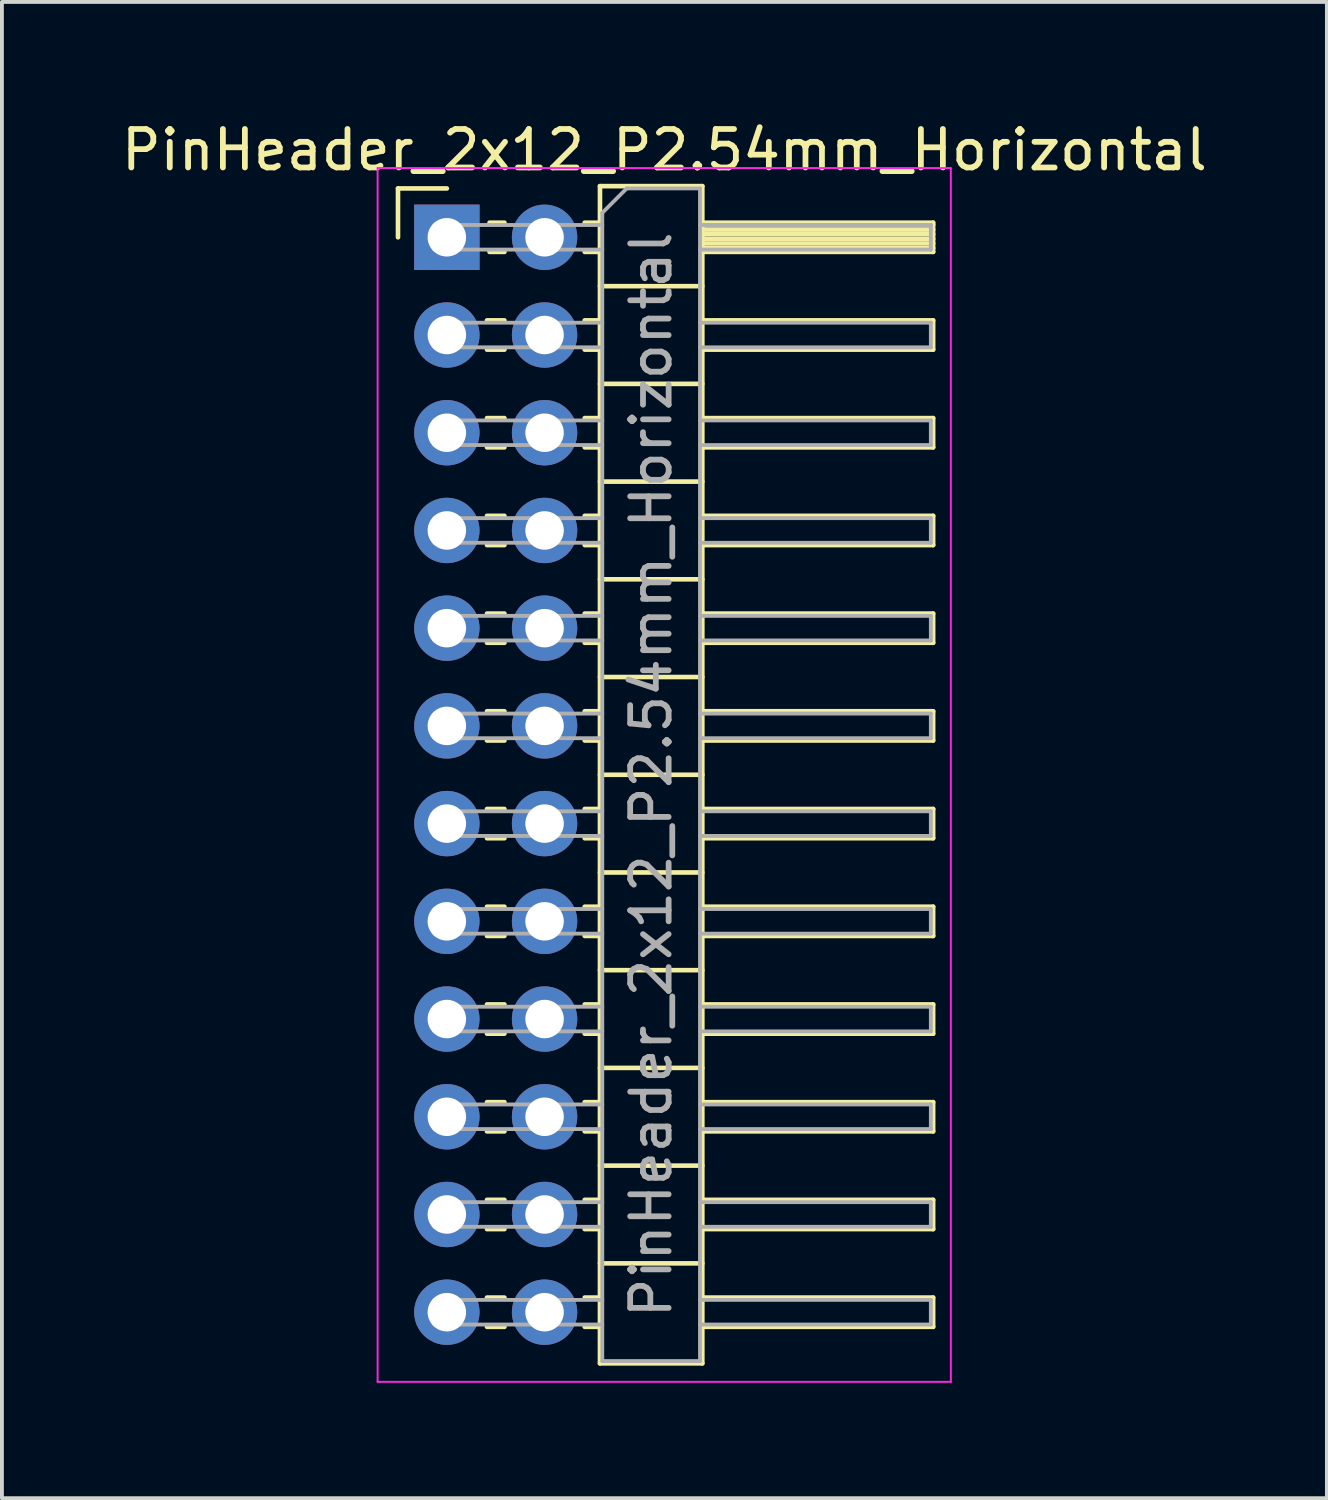
<source format=kicad_pcb>
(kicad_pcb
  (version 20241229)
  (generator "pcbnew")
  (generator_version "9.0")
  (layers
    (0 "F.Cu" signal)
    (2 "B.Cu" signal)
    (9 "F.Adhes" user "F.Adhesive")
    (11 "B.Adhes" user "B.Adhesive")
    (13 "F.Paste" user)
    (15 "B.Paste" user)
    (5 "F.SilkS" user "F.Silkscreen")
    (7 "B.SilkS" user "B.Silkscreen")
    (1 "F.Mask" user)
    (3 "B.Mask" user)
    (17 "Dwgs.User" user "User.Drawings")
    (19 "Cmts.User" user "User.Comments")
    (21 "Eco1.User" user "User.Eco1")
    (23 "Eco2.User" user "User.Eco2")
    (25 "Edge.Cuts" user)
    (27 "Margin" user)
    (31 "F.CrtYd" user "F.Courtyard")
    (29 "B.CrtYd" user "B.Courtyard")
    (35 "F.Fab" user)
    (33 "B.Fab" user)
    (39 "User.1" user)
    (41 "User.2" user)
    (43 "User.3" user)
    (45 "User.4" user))
  (footprint "PinHeader_2x12_P2.54mm_Horizontal"
    (layer "F.Cu")
    (at 8.565 3.118)
    (property "Reference" "PinHeader_2x12_P2.54mm_Horizontal" (at 5.655 -2.27 0) (layer "F.SilkS") (effects (font (size 1 1) (thickness 0.15))))
    (attr through_hole)
    (fp_line (start -1.27 -1.27) (end 0 -1.27) (stroke (width 0.12) (type solid)) (layer "F.SilkS"))
    (fp_line (start -1.27 0) (end -1.27 -1.27) (stroke (width 0.12) (type solid)) (layer "F.SilkS"))
    (fp_line (start 1.043 2.16) (end 1.497 2.16) (stroke (width 0.12) (type solid)) (layer "F.SilkS"))
    (fp_line (start 1.043 2.92) (end 1.497 2.92) (stroke (width 0.12) (type solid)) (layer "F.SilkS"))
    (fp_line (start 1.043 4.7) (end 1.497 4.7) (stroke (width 0.12) (type solid)) (layer "F.SilkS"))
    (fp_line (start 1.043 5.46) (end 1.497 5.46) (stroke (width 0.12) (type solid)) (layer "F.SilkS"))
    (fp_line (start 1.043 7.24) (end 1.497 7.24) (stroke (width 0.12) (type solid)) (layer "F.SilkS"))
    (fp_line (start 1.043 8) (end 1.497 8) (stroke (width 0.12) (type solid)) (layer "F.SilkS"))
    (fp_line (start 1.043 9.78) (end 1.497 9.78) (stroke (width 0.12) (type solid)) (layer "F.SilkS"))
    (fp_line (start 1.043 10.54) (end 1.497 10.54) (stroke (width 0.12) (type solid)) (layer "F.SilkS"))
    (fp_line (start 1.043 12.32) (end 1.497 12.32) (stroke (width 0.12) (type solid)) (layer "F.SilkS"))
    (fp_line (start 1.043 13.08) (end 1.497 13.08) (stroke (width 0.12) (type solid)) (layer "F.SilkS"))
    (fp_line (start 1.043 14.86) (end 1.497 14.86) (stroke (width 0.12) (type solid)) (layer "F.SilkS"))
    (fp_line (start 1.043 15.62) (end 1.497 15.62) (stroke (width 0.12) (type solid)) (layer "F.SilkS"))
    (fp_line (start 1.043 17.4) (end 1.497 17.4) (stroke (width 0.12) (type solid)) (layer "F.SilkS"))
    (fp_line (start 1.043 18.16) (end 1.497 18.16) (stroke (width 0.12) (type solid)) (layer "F.SilkS"))
    (fp_line (start 1.043 19.94) (end 1.497 19.94) (stroke (width 0.12) (type solid)) (layer "F.SilkS"))
    (fp_line (start 1.043 20.7) (end 1.497 20.7) (stroke (width 0.12) (type solid)) (layer "F.SilkS"))
    (fp_line (start 1.043 22.48) (end 1.497 22.48) (stroke (width 0.12) (type solid)) (layer "F.SilkS"))
    (fp_line (start 1.043 23.24) (end 1.497 23.24) (stroke (width 0.12) (type solid)) (layer "F.SilkS"))
    (fp_line (start 1.043 25.02) (end 1.497 25.02) (stroke (width 0.12) (type solid)) (layer "F.SilkS"))
    (fp_line (start 1.043 25.78) (end 1.497 25.78) (stroke (width 0.12) (type solid)) (layer "F.SilkS"))
    (fp_line (start 1.043 27.56) (end 1.497 27.56) (stroke (width 0.12) (type solid)) (layer "F.SilkS"))
    (fp_line (start 1.043 28.32) (end 1.497 28.32) (stroke (width 0.12) (type solid)) (layer "F.SilkS"))
    (fp_line (start 1.11 -0.38) (end 1.497 -0.38) (stroke (width 0.12) (type solid)) (layer "F.SilkS"))
    (fp_line (start 1.11 0.38) (end 1.497 0.38) (stroke (width 0.12) (type solid)) (layer "F.SilkS"))
    (fp_line (start 3.583 -0.38) (end 3.98 -0.38) (stroke (width 0.12) (type solid)) (layer "F.SilkS"))
    (fp_line (start 3.583 0.38) (end 3.98 0.38) (stroke (width 0.12) (type solid)) (layer "F.SilkS"))
    (fp_line (start 3.583 2.16) (end 3.98 2.16) (stroke (width 0.12) (type solid)) (layer "F.SilkS"))
    (fp_line (start 3.583 2.92) (end 3.98 2.92) (stroke (width 0.12) (type solid)) (layer "F.SilkS"))
    (fp_line (start 3.583 4.7) (end 3.98 4.7) (stroke (width 0.12) (type solid)) (layer "F.SilkS"))
    (fp_line (start 3.583 5.46) (end 3.98 5.46) (stroke (width 0.12) (type solid)) (layer "F.SilkS"))
    (fp_line (start 3.583 7.24) (end 3.98 7.24) (stroke (width 0.12) (type solid)) (layer "F.SilkS"))
    (fp_line (start 3.583 8) (end 3.98 8) (stroke (width 0.12) (type solid)) (layer "F.SilkS"))
    (fp_line (start 3.583 9.78) (end 3.98 9.78) (stroke (width 0.12) (type solid)) (layer "F.SilkS"))
    (fp_line (start 3.583 10.54) (end 3.98 10.54) (stroke (width 0.12) (type solid)) (layer "F.SilkS"))
    (fp_line (start 3.583 12.32) (end 3.98 12.32) (stroke (width 0.12) (type solid)) (layer "F.SilkS"))
    (fp_line (start 3.583 13.08) (end 3.98 13.08) (stroke (width 0.12) (type solid)) (layer "F.SilkS"))
    (fp_line (start 3.583 14.86) (end 3.98 14.86) (stroke (width 0.12) (type solid)) (layer "F.SilkS"))
    (fp_line (start 3.583 15.62) (end 3.98 15.62) (stroke (width 0.12) (type solid)) (layer "F.SilkS"))
    (fp_line (start 3.583 17.4) (end 3.98 17.4) (stroke (width 0.12) (type solid)) (layer "F.SilkS"))
    (fp_line (start 3.583 18.16) (end 3.98 18.16) (stroke (width 0.12) (type solid)) (layer "F.SilkS"))
    (fp_line (start 3.583 19.94) (end 3.98 19.94) (stroke (width 0.12) (type solid)) (layer "F.SilkS"))
    (fp_line (start 3.583 20.7) (end 3.98 20.7) (stroke (width 0.12) (type solid)) (layer "F.SilkS"))
    (fp_line (start 3.583 22.48) (end 3.98 22.48) (stroke (width 0.12) (type solid)) (layer "F.SilkS"))
    (fp_line (start 3.583 23.24) (end 3.98 23.24) (stroke (width 0.12) (type solid)) (layer "F.SilkS"))
    (fp_line (start 3.583 25.02) (end 3.98 25.02) (stroke (width 0.12) (type solid)) (layer "F.SilkS"))
    (fp_line (start 3.583 25.78) (end 3.98 25.78) (stroke (width 0.12) (type solid)) (layer "F.SilkS"))
    (fp_line (start 3.583 27.56) (end 3.98 27.56) (stroke (width 0.12) (type solid)) (layer "F.SilkS"))
    (fp_line (start 3.583 28.32) (end 3.98 28.32) (stroke (width 0.12) (type solid)) (layer "F.SilkS"))
    (fp_line (start 3.98 -1.33) (end 3.98 29.27) (stroke (width 0.12) (type solid)) (layer "F.SilkS"))
    (fp_line (start 3.98 1.27) (end 6.64 1.27) (stroke (width 0.12) (type solid)) (layer "F.SilkS"))
    (fp_line (start 3.98 3.81) (end 6.64 3.81) (stroke (width 0.12) (type solid)) (layer "F.SilkS"))
    (fp_line (start 3.98 6.35) (end 6.64 6.35) (stroke (width 0.12) (type solid)) (layer "F.SilkS"))
    (fp_line (start 3.98 8.89) (end 6.64 8.89) (stroke (width 0.12) (type solid)) (layer "F.SilkS"))
    (fp_line (start 3.98 11.43) (end 6.64 11.43) (stroke (width 0.12) (type solid)) (layer "F.SilkS"))
    (fp_line (start 3.98 13.97) (end 6.64 13.97) (stroke (width 0.12) (type solid)) (layer "F.SilkS"))
    (fp_line (start 3.98 16.51) (end 6.64 16.51) (stroke (width 0.12) (type solid)) (layer "F.SilkS"))
    (fp_line (start 3.98 19.05) (end 6.64 19.05) (stroke (width 0.12) (type solid)) (layer "F.SilkS"))
    (fp_line (start 3.98 21.59) (end 6.64 21.59) (stroke (width 0.12) (type solid)) (layer "F.SilkS"))
    (fp_line (start 3.98 24.13) (end 6.64 24.13) (stroke (width 0.12) (type solid)) (layer "F.SilkS"))
    (fp_line (start 3.98 26.67) (end 6.64 26.67) (stroke (width 0.12) (type solid)) (layer "F.SilkS"))
    (fp_line (start 3.98 29.27) (end 6.64 29.27) (stroke (width 0.12) (type solid)) (layer "F.SilkS"))
    (fp_line (start 6.64 -1.33) (end 3.98 -1.33) (stroke (width 0.12) (type solid)) (layer "F.SilkS"))
    (fp_line (start 6.64 -0.38) (end 12.64 -0.38) (stroke (width 0.12) (type solid)) (layer "F.SilkS"))
    (fp_line (start 6.64 -0.32) (end 12.64 -0.32) (stroke (width 0.12) (type solid)) (layer "F.SilkS"))
    (fp_line (start 6.64 -0.2) (end 12.64 -0.2) (stroke (width 0.12) (type solid)) (layer "F.SilkS"))
    (fp_line (start 6.64 -0.08) (end 12.64 -0.08) (stroke (width 0.12) (type solid)) (layer "F.SilkS"))
    (fp_line (start 6.64 0.04) (end 12.64 0.04) (stroke (width 0.12) (type solid)) (layer "F.SilkS"))
    (fp_line (start 6.64 0.16) (end 12.64 0.16) (stroke (width 0.12) (type solid)) (layer "F.SilkS"))
    (fp_line (start 6.64 0.28) (end 12.64 0.28) (stroke (width 0.12) (type solid)) (layer "F.SilkS"))
    (fp_line (start 6.64 2.16) (end 12.64 2.16) (stroke (width 0.12) (type solid)) (layer "F.SilkS"))
    (fp_line (start 6.64 4.7) (end 12.64 4.7) (stroke (width 0.12) (type solid)) (layer "F.SilkS"))
    (fp_line (start 6.64 7.24) (end 12.64 7.24) (stroke (width 0.12) (type solid)) (layer "F.SilkS"))
    (fp_line (start 6.64 9.78) (end 12.64 9.78) (stroke (width 0.12) (type solid)) (layer "F.SilkS"))
    (fp_line (start 6.64 12.32) (end 12.64 12.32) (stroke (width 0.12) (type solid)) (layer "F.SilkS"))
    (fp_line (start 6.64 14.86) (end 12.64 14.86) (stroke (width 0.12) (type solid)) (layer "F.SilkS"))
    (fp_line (start 6.64 17.4) (end 12.64 17.4) (stroke (width 0.12) (type solid)) (layer "F.SilkS"))
    (fp_line (start 6.64 19.94) (end 12.64 19.94) (stroke (width 0.12) (type solid)) (layer "F.SilkS"))
    (fp_line (start 6.64 22.48) (end 12.64 22.48) (stroke (width 0.12) (type solid)) (layer "F.SilkS"))
    (fp_line (start 6.64 25.02) (end 12.64 25.02) (stroke (width 0.12) (type solid)) (layer "F.SilkS"))
    (fp_line (start 6.64 27.56) (end 12.64 27.56) (stroke (width 0.12) (type solid)) (layer "F.SilkS"))
    (fp_line (start 6.64 29.27) (end 6.64 -1.33) (stroke (width 0.12) (type solid)) (layer "F.SilkS"))
    (fp_line (start 12.64 -0.38) (end 12.64 0.38) (stroke (width 0.12) (type solid)) (layer "F.SilkS"))
    (fp_line (start 12.64 0.38) (end 6.64 0.38) (stroke (width 0.12) (type solid)) (layer "F.SilkS"))
    (fp_line (start 12.64 2.16) (end 12.64 2.92) (stroke (width 0.12) (type solid)) (layer "F.SilkS"))
    (fp_line (start 12.64 2.92) (end 6.64 2.92) (stroke (width 0.12) (type solid)) (layer "F.SilkS"))
    (fp_line (start 12.64 4.7) (end 12.64 5.46) (stroke (width 0.12) (type solid)) (layer "F.SilkS"))
    (fp_line (start 12.64 5.46) (end 6.64 5.46) (stroke (width 0.12) (type solid)) (layer "F.SilkS"))
    (fp_line (start 12.64 7.24) (end 12.64 8) (stroke (width 0.12) (type solid)) (layer "F.SilkS"))
    (fp_line (start 12.64 8) (end 6.64 8) (stroke (width 0.12) (type solid)) (layer "F.SilkS"))
    (fp_line (start 12.64 9.78) (end 12.64 10.54) (stroke (width 0.12) (type solid)) (layer "F.SilkS"))
    (fp_line (start 12.64 10.54) (end 6.64 10.54) (stroke (width 0.12) (type solid)) (layer "F.SilkS"))
    (fp_line (start 12.64 12.32) (end 12.64 13.08) (stroke (width 0.12) (type solid)) (layer "F.SilkS"))
    (fp_line (start 12.64 13.08) (end 6.64 13.08) (stroke (width 0.12) (type solid)) (layer "F.SilkS"))
    (fp_line (start 12.64 14.86) (end 12.64 15.62) (stroke (width 0.12) (type solid)) (layer "F.SilkS"))
    (fp_line (start 12.64 15.62) (end 6.64 15.62) (stroke (width 0.12) (type solid)) (layer "F.SilkS"))
    (fp_line (start 12.64 17.4) (end 12.64 18.16) (stroke (width 0.12) (type solid)) (layer "F.SilkS"))
    (fp_line (start 12.64 18.16) (end 6.64 18.16) (stroke (width 0.12) (type solid)) (layer "F.SilkS"))
    (fp_line (start 12.64 19.94) (end 12.64 20.7) (stroke (width 0.12) (type solid)) (layer "F.SilkS"))
    (fp_line (start 12.64 20.7) (end 6.64 20.7) (stroke (width 0.12) (type solid)) (layer "F.SilkS"))
    (fp_line (start 12.64 22.48) (end 12.64 23.24) (stroke (width 0.12) (type solid)) (layer "F.SilkS"))
    (fp_line (start 12.64 23.24) (end 6.64 23.24) (stroke (width 0.12) (type solid)) (layer "F.SilkS"))
    (fp_line (start 12.64 25.02) (end 12.64 25.78) (stroke (width 0.12) (type solid)) (layer "F.SilkS"))
    (fp_line (start 12.64 25.78) (end 6.64 25.78) (stroke (width 0.12) (type solid)) (layer "F.SilkS"))
    (fp_line (start 12.64 27.56) (end 12.64 28.32) (stroke (width 0.12) (type solid)) (layer "F.SilkS"))
    (fp_line (start 12.64 28.32) (end 6.64 28.32) (stroke (width 0.12) (type solid)) (layer "F.SilkS"))
    (fp_line (start -1.8 -1.8) (end -1.8 29.75) (stroke (width 0.05) (type solid)) (layer "F.CrtYd"))
    (fp_line (start -1.8 29.75) (end 13.1 29.75) (stroke (width 0.05) (type solid)) (layer "F.CrtYd"))
    (fp_line (start 13.1 -1.8) (end -1.8 -1.8) (stroke (width 0.05) (type solid)) (layer "F.CrtYd"))
    (fp_line (start 13.1 29.75) (end 13.1 -1.8) (stroke (width 0.05) (type solid)) (layer "F.CrtYd"))
    (fp_line (start -0.32 -0.32) (end -0.32 0.32) (stroke (width 0.1) (type solid)) (layer "F.Fab"))
    (fp_line (start -0.32 -0.32) (end 4.04 -0.32) (stroke (width 0.1) (type solid)) (layer "F.Fab"))
    (fp_line (start -0.32 0.32) (end 4.04 0.32) (stroke (width 0.1) (type solid)) (layer "F.Fab"))
    (fp_line (start -0.32 2.22) (end -0.32 2.86) (stroke (width 0.1) (type solid)) (layer "F.Fab"))
    (fp_line (start -0.32 2.22) (end 4.04 2.22) (stroke (width 0.1) (type solid)) (layer "F.Fab"))
    (fp_line (start -0.32 2.86) (end 4.04 2.86) (stroke (width 0.1) (type solid)) (layer "F.Fab"))
    (fp_line (start -0.32 4.76) (end -0.32 5.4) (stroke (width 0.1) (type solid)) (layer "F.Fab"))
    (fp_line (start -0.32 4.76) (end 4.04 4.76) (stroke (width 0.1) (type solid)) (layer "F.Fab"))
    (fp_line (start -0.32 5.4) (end 4.04 5.4) (stroke (width 0.1) (type solid)) (layer "F.Fab"))
    (fp_line (start -0.32 7.3) (end -0.32 7.94) (stroke (width 0.1) (type solid)) (layer "F.Fab"))
    (fp_line (start -0.32 7.3) (end 4.04 7.3) (stroke (width 0.1) (type solid)) (layer "F.Fab"))
    (fp_line (start -0.32 7.94) (end 4.04 7.94) (stroke (width 0.1) (type solid)) (layer "F.Fab"))
    (fp_line (start -0.32 9.84) (end -0.32 10.48) (stroke (width 0.1) (type solid)) (layer "F.Fab"))
    (fp_line (start -0.32 9.84) (end 4.04 9.84) (stroke (width 0.1) (type solid)) (layer "F.Fab"))
    (fp_line (start -0.32 10.48) (end 4.04 10.48) (stroke (width 0.1) (type solid)) (layer "F.Fab"))
    (fp_line (start -0.32 12.38) (end -0.32 13.02) (stroke (width 0.1) (type solid)) (layer "F.Fab"))
    (fp_line (start -0.32 12.38) (end 4.04 12.38) (stroke (width 0.1) (type solid)) (layer "F.Fab"))
    (fp_line (start -0.32 13.02) (end 4.04 13.02) (stroke (width 0.1) (type solid)) (layer "F.Fab"))
    (fp_line (start -0.32 14.92) (end -0.32 15.56) (stroke (width 0.1) (type solid)) (layer "F.Fab"))
    (fp_line (start -0.32 14.92) (end 4.04 14.92) (stroke (width 0.1) (type solid)) (layer "F.Fab"))
    (fp_line (start -0.32 15.56) (end 4.04 15.56) (stroke (width 0.1) (type solid)) (layer "F.Fab"))
    (fp_line (start -0.32 17.46) (end -0.32 18.1) (stroke (width 0.1) (type solid)) (layer "F.Fab"))
    (fp_line (start -0.32 17.46) (end 4.04 17.46) (stroke (width 0.1) (type solid)) (layer "F.Fab"))
    (fp_line (start -0.32 18.1) (end 4.04 18.1) (stroke (width 0.1) (type solid)) (layer "F.Fab"))
    (fp_line (start -0.32 20) (end -0.32 20.64) (stroke (width 0.1) (type solid)) (layer "F.Fab"))
    (fp_line (start -0.32 20) (end 4.04 20) (stroke (width 0.1) (type solid)) (layer "F.Fab"))
    (fp_line (start -0.32 20.64) (end 4.04 20.64) (stroke (width 0.1) (type solid)) (layer "F.Fab"))
    (fp_line (start -0.32 22.54) (end -0.32 23.18) (stroke (width 0.1) (type solid)) (layer "F.Fab"))
    (fp_line (start -0.32 22.54) (end 4.04 22.54) (stroke (width 0.1) (type solid)) (layer "F.Fab"))
    (fp_line (start -0.32 23.18) (end 4.04 23.18) (stroke (width 0.1) (type solid)) (layer "F.Fab"))
    (fp_line (start -0.32 25.08) (end -0.32 25.72) (stroke (width 0.1) (type solid)) (layer "F.Fab"))
    (fp_line (start -0.32 25.08) (end 4.04 25.08) (stroke (width 0.1) (type solid)) (layer "F.Fab"))
    (fp_line (start -0.32 25.72) (end 4.04 25.72) (stroke (width 0.1) (type solid)) (layer "F.Fab"))
    (fp_line (start -0.32 27.62) (end -0.32 28.26) (stroke (width 0.1) (type solid)) (layer "F.Fab"))
    (fp_line (start -0.32 27.62) (end 4.04 27.62) (stroke (width 0.1) (type solid)) (layer "F.Fab"))
    (fp_line (start -0.32 28.26) (end 4.04 28.26) (stroke (width 0.1) (type solid)) (layer "F.Fab"))
    (fp_line (start 4.04 -0.635) (end 4.675 -1.27) (stroke (width 0.1) (type solid)) (layer "F.Fab"))
    (fp_line (start 4.04 29.21) (end 4.04 -0.635) (stroke (width 0.1) (type solid)) (layer "F.Fab"))
    (fp_line (start 4.675 -1.27) (end 6.58 -1.27) (stroke (width 0.1) (type solid)) (layer "F.Fab"))
    (fp_line (start 6.58 -1.27) (end 6.58 29.21) (stroke (width 0.1) (type solid)) (layer "F.Fab"))
    (fp_line (start 6.58 -0.32) (end 12.58 -0.32) (stroke (width 0.1) (type solid)) (layer "F.Fab"))
    (fp_line (start 6.58 0.32) (end 12.58 0.32) (stroke (width 0.1) (type solid)) (layer "F.Fab"))
    (fp_line (start 6.58 2.22) (end 12.58 2.22) (stroke (width 0.1) (type solid)) (layer "F.Fab"))
    (fp_line (start 6.58 2.86) (end 12.58 2.86) (stroke (width 0.1) (type solid)) (layer "F.Fab"))
    (fp_line (start 6.58 4.76) (end 12.58 4.76) (stroke (width 0.1) (type solid)) (layer "F.Fab"))
    (fp_line (start 6.58 5.4) (end 12.58 5.4) (stroke (width 0.1) (type solid)) (layer "F.Fab"))
    (fp_line (start 6.58 7.3) (end 12.58 7.3) (stroke (width 0.1) (type solid)) (layer "F.Fab"))
    (fp_line (start 6.58 7.94) (end 12.58 7.94) (stroke (width 0.1) (type solid)) (layer "F.Fab"))
    (fp_line (start 6.58 9.84) (end 12.58 9.84) (stroke (width 0.1) (type solid)) (layer "F.Fab"))
    (fp_line (start 6.58 10.48) (end 12.58 10.48) (stroke (width 0.1) (type solid)) (layer "F.Fab"))
    (fp_line (start 6.58 12.38) (end 12.58 12.38) (stroke (width 0.1) (type solid)) (layer "F.Fab"))
    (fp_line (start 6.58 13.02) (end 12.58 13.02) (stroke (width 0.1) (type solid)) (layer "F.Fab"))
    (fp_line (start 6.58 14.92) (end 12.58 14.92) (stroke (width 0.1) (type solid)) (layer "F.Fab"))
    (fp_line (start 6.58 15.56) (end 12.58 15.56) (stroke (width 0.1) (type solid)) (layer "F.Fab"))
    (fp_line (start 6.58 17.46) (end 12.58 17.46) (stroke (width 0.1) (type solid)) (layer "F.Fab"))
    (fp_line (start 6.58 18.1) (end 12.58 18.1) (stroke (width 0.1) (type solid)) (layer "F.Fab"))
    (fp_line (start 6.58 20) (end 12.58 20) (stroke (width 0.1) (type solid)) (layer "F.Fab"))
    (fp_line (start 6.58 20.64) (end 12.58 20.64) (stroke (width 0.1) (type solid)) (layer "F.Fab"))
    (fp_line (start 6.58 22.54) (end 12.58 22.54) (stroke (width 0.1) (type solid)) (layer "F.Fab"))
    (fp_line (start 6.58 23.18) (end 12.58 23.18) (stroke (width 0.1) (type solid)) (layer "F.Fab"))
    (fp_line (start 6.58 25.08) (end 12.58 25.08) (stroke (width 0.1) (type solid)) (layer "F.Fab"))
    (fp_line (start 6.58 25.72) (end 12.58 25.72) (stroke (width 0.1) (type solid)) (layer "F.Fab"))
    (fp_line (start 6.58 27.62) (end 12.58 27.62) (stroke (width 0.1) (type solid)) (layer "F.Fab"))
    (fp_line (start 6.58 28.26) (end 12.58 28.26) (stroke (width 0.1) (type solid)) (layer "F.Fab"))
    (fp_line (start 6.58 29.21) (end 4.04 29.21) (stroke (width 0.1) (type solid)) (layer "F.Fab"))
    (fp_line (start 12.58 -0.32) (end 12.58 0.32) (stroke (width 0.1) (type solid)) (layer "F.Fab"))
    (fp_line (start 12.58 2.22) (end 12.58 2.86) (stroke (width 0.1) (type solid)) (layer "F.Fab"))
    (fp_line (start 12.58 4.76) (end 12.58 5.4) (stroke (width 0.1) (type solid)) (layer "F.Fab"))
    (fp_line (start 12.58 7.3) (end 12.58 7.94) (stroke (width 0.1) (type solid)) (layer "F.Fab"))
    (fp_line (start 12.58 9.84) (end 12.58 10.48) (stroke (width 0.1) (type solid)) (layer "F.Fab"))
    (fp_line (start 12.58 12.38) (end 12.58 13.02) (stroke (width 0.1) (type solid)) (layer "F.Fab"))
    (fp_line (start 12.58 14.92) (end 12.58 15.56) (stroke (width 0.1) (type solid)) (layer "F.Fab"))
    (fp_line (start 12.58 17.46) (end 12.58 18.1) (stroke (width 0.1) (type solid)) (layer "F.Fab"))
    (fp_line (start 12.58 20) (end 12.58 20.64) (stroke (width 0.1) (type solid)) (layer "F.Fab"))
    (fp_line (start 12.58 22.54) (end 12.58 23.18) (stroke (width 0.1) (type solid)) (layer "F.Fab"))
    (fp_line (start 12.58 25.08) (end 12.58 25.72) (stroke (width 0.1) (type solid)) (layer "F.Fab"))
    (fp_line (start 12.58 27.62) (end 12.58 28.26) (stroke (width 0.1) (type solid)) (layer "F.Fab"))
    (fp_text user "${REFERENCE}" (at 5.31 13.97 90) (layer "F.Fab") (effects (font (size 1 1) (thickness 0.15))))
    (pad "1" thru_hole rect (at 0 0) (size 1.7 1.7) (drill 1) (layers "*.Cu" "*.Mask"))
    (pad "2" thru_hole oval (at 2.54 0) (size 1.7 1.7) (drill 1) (layers "*.Cu" "*.Mask"))
    (pad "3" thru_hole oval (at 0 2.54) (size 1.7 1.7) (drill 1) (layers "*.Cu" "*.Mask"))
    (pad "4" thru_hole oval (at 2.54 2.54) (size 1.7 1.7) (drill 1) (layers "*.Cu" "*.Mask"))
    (pad "5" thru_hole oval (at 0 5.08) (size 1.7 1.7) (drill 1) (layers "*.Cu" "*.Mask"))
    (pad "6" thru_hole oval (at 2.54 5.08) (size 1.7 1.7) (drill 1) (layers "*.Cu" "*.Mask"))
    (pad "7" thru_hole oval (at 0 7.62) (size 1.7 1.7) (drill 1) (layers "*.Cu" "*.Mask"))
    (pad "8" thru_hole oval (at 2.54 7.62) (size 1.7 1.7) (drill 1) (layers "*.Cu" "*.Mask"))
    (pad "9" thru_hole oval (at 0 10.16) (size 1.7 1.7) (drill 1) (layers "*.Cu" "*.Mask"))
    (pad "10" thru_hole oval (at 2.54 10.16) (size 1.7 1.7) (drill 1) (layers "*.Cu" "*.Mask"))
    (pad "11" thru_hole oval (at 0 12.7) (size 1.7 1.7) (drill 1) (layers "*.Cu" "*.Mask"))
    (pad "12" thru_hole oval (at 2.54 12.7) (size 1.7 1.7) (drill 1) (layers "*.Cu" "*.Mask"))
    (pad "13" thru_hole oval (at 0 15.24) (size 1.7 1.7) (drill 1) (layers "*.Cu" "*.Mask"))
    (pad "14" thru_hole oval (at 2.54 15.24) (size 1.7 1.7) (drill 1) (layers "*.Cu" "*.Mask"))
    (pad "15" thru_hole oval (at 0 17.78) (size 1.7 1.7) (drill 1) (layers "*.Cu" "*.Mask"))
    (pad "16" thru_hole oval (at 2.54 17.78) (size 1.7 1.7) (drill 1) (layers "*.Cu" "*.Mask"))
    (pad "17" thru_hole oval (at 0 20.32) (size 1.7 1.7) (drill 1) (layers "*.Cu" "*.Mask"))
    (pad "18" thru_hole oval (at 2.54 20.32) (size 1.7 1.7) (drill 1) (layers "*.Cu" "*.Mask"))
    (pad "19" thru_hole oval (at 0 22.86) (size 1.7 1.7) (drill 1) (layers "*.Cu" "*.Mask"))
    (pad "20" thru_hole oval (at 2.54 22.86) (size 1.7 1.7) (drill 1) (layers "*.Cu" "*.Mask"))
    (pad "21" thru_hole oval (at 0 25.4) (size 1.7 1.7) (drill 1) (layers "*.Cu" "*.Mask"))
    (pad "22" thru_hole oval (at 2.54 25.4) (size 1.7 1.7) (drill 1) (layers "*.Cu" "*.Mask"))
    (pad "23" thru_hole oval (at 0 27.94) (size 1.7 1.7) (drill 1) (layers "*.Cu" "*.Mask"))
    (pad "24" thru_hole oval (at 2.54 27.94) (size 1.7 1.7) (drill 1) (layers "*.Cu" "*.Mask")))
  (gr_rect
    (start -3 -3)
    (end 31.44 35.893)
    (stroke (width 0.1) (type default))
    (fill no)
    (layer "Edge.Cuts")))
</source>
